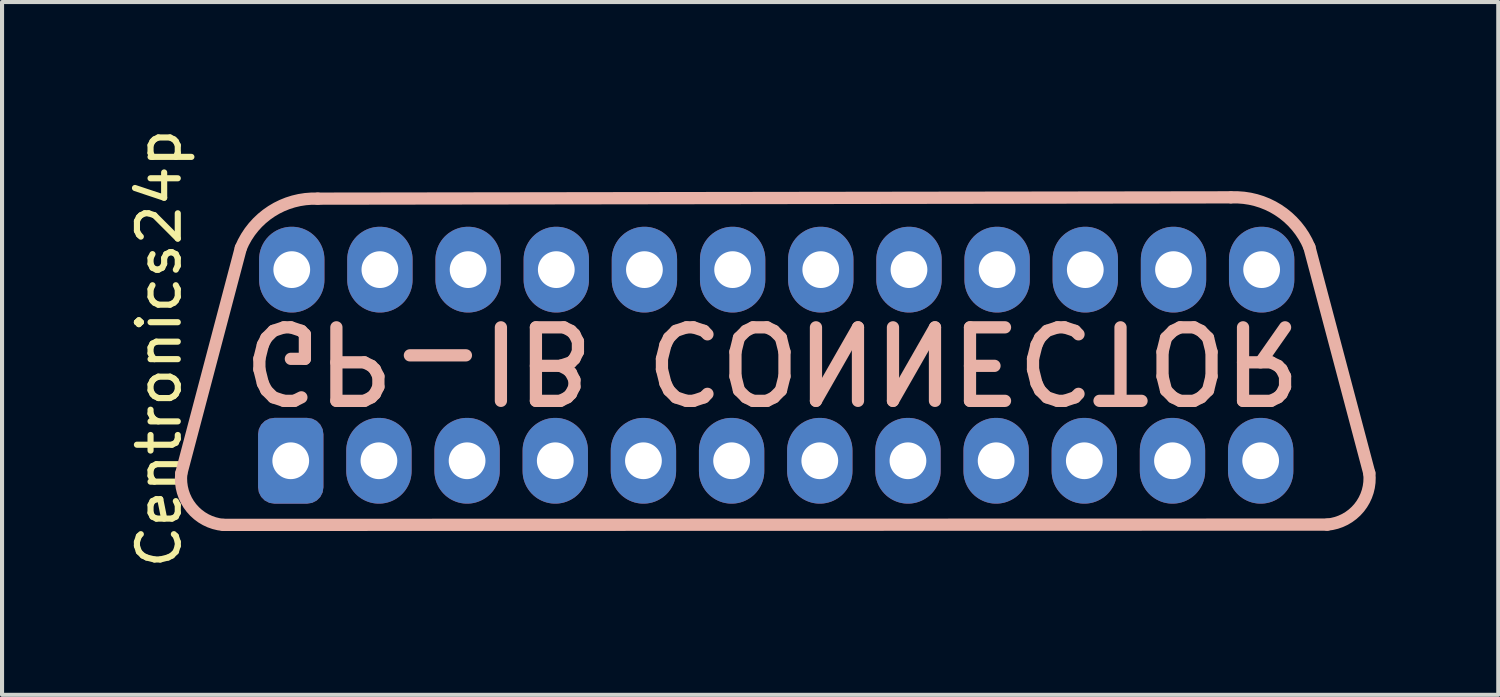
<source format=kicad_pcb>
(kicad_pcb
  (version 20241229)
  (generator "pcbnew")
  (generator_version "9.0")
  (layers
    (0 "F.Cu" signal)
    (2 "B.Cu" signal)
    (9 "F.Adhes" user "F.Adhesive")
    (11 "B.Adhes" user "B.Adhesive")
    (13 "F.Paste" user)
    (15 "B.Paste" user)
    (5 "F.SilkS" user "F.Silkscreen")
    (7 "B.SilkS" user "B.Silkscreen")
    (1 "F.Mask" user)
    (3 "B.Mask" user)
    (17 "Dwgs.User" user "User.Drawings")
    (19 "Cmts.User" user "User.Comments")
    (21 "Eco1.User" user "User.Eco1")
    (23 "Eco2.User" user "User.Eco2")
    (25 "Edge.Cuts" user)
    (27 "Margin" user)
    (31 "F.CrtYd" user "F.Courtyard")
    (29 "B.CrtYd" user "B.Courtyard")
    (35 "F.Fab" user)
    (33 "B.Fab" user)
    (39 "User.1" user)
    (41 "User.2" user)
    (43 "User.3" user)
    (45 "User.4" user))
  (footprint "Centronics24p"
    (layer "F.Cu")
    (at 15.968 5.502)
    (property "Reference" "Centronics24p" (at -15.12 -0.02 270) (layer "F.SilkS") (effects (font (size 1 1) (thickness 0.15))))
    (attr through_hole)
    (fp_line (start -13.549 4.3) (end 13.48 4.293) (stroke (width 0.3) (type solid)) (layer "B.SilkS"))
    (fp_line (start -13.121 -2.48) (end -14.579 3.04) (stroke (width 0.3) (type solid)) (layer "B.SilkS"))
    (fp_line (start 11.111 -3.72) (end -11.238 -3.688) (stroke (width 0.3) (type solid)) (layer "B.SilkS"))
    (fp_line (start 13.043 -2.5) (end 14.51 3.033) (stroke (width 0.3) (type solid)) (layer "B.SilkS"))
    (fp_arc (start -13.548933 4.300419) (mid -14.329731 3.887698) (end -14.578933 3.040419) (stroke (width 0.3) (type solid)) (layer "B.SilkS"))
    (fp_arc (start -13.121067 -2.480418) (mid -12.369021 -3.379601) (end -11.238034 -3.687775) (stroke (width 0.3) (type solid)) (layer "B.SilkS"))
    (fp_arc (start 11.131067 -3.719581) (mid 12.278889 -3.410789) (end 13.043113 -2.500398) (stroke (width 0.3) (type solid)) (layer "B.SilkS"))
    (fp_arc (start 14.510269 3.03314) (mid 14.261067 3.880419) (end 13.480269 4.29314) (stroke (width 0.3) (type solid)) (layer "B.SilkS"))
    (fp_text user "GP-IB CONNECTOR" (at -0.11 0.28 180) (unlocked yes) (layer "B.SilkS") (effects (font (size 1.8 1.8) (thickness 0.3)) (justify mirror)))
    (pad "1" thru_hole roundrect (at -11.899 2.73) (size 1.6 2.1) (drill 0.9) (layers "*.Cu" "F.Mask") (roundrect_rratio 0.25))
    (pad "2" thru_hole oval (at -9.74 2.73) (size 1.6 2.1) (drill 0.9) (layers "*.Cu" "F.Mask"))
    (pad "3" thru_hole oval (at -7.581 2.73) (size 1.6 2.1) (drill 0.9) (layers "*.Cu" "F.Mask"))
    (pad "4" thru_hole oval (at -5.422 2.73) (size 1.6 2.1) (drill 0.9) (layers "*.Cu" "F.Mask"))
    (pad "5" thru_hole oval (at -3.263 2.73) (size 1.6 2.1) (drill 0.9) (layers "*.Cu" "F.Mask"))
    (pad "6" thru_hole oval (at -1.104 2.73) (size 1.6 2.1) (drill 0.9) (layers "*.Cu" "F.Mask"))
    (pad "7" thru_hole oval (at 1.055 2.73) (size 1.6 2.1) (drill 0.9) (layers "*.Cu" "F.Mask"))
    (pad "8" thru_hole oval (at 3.214 2.73) (size 1.6 2.1) (drill 0.9) (layers "*.Cu" "F.Mask"))
    (pad "9" thru_hole oval (at 5.373 2.73) (size 1.6 2.1) (drill 0.9) (layers "*.Cu" "F.Mask"))
    (pad "10" thru_hole oval (at 7.532 2.73) (size 1.6 2.1) (drill 0.9) (layers "*.Cu" "F.Mask"))
    (pad "11" thru_hole oval (at 9.691 2.73) (size 1.6 2.1) (drill 0.9) (layers "*.Cu" "F.Mask"))
    (pad "12" thru_hole oval (at 11.85 2.73) (size 1.6 2.1) (drill 0.9) (layers "*.Cu" "F.Mask"))
    (pad "13" thru_hole oval (at -11.874 -1.95) (size 1.6 2.1) (drill 0.9) (layers "*.Cu" "F.Mask"))
    (pad "14" thru_hole oval (at -9.716 -1.95) (size 1.6 2.1) (drill 0.9) (layers "*.Cu" "F.Mask"))
    (pad "15" thru_hole oval (at -7.556 -1.95) (size 1.6 2.1) (drill 0.9) (layers "*.Cu" "F.Mask"))
    (pad "16" thru_hole oval (at -5.397 -1.95) (size 1.6 2.1) (drill 0.9) (layers "*.Cu" "F.Mask"))
    (pad "17" thru_hole oval (at -3.239 -1.95) (size 1.6 2.1) (drill 0.9) (layers "*.Cu" "F.Mask"))
    (pad "18" thru_hole oval (at -1.079 -1.95) (size 1.6 2.1) (drill 0.9) (layers "*.Cu" "F.Mask"))
    (pad "19" thru_hole oval (at 1.079 -1.95) (size 1.6 2.1) (drill 0.9) (layers "*.Cu" "F.Mask"))
    (pad "20" thru_hole oval (at 3.239 -1.95) (size 1.6 2.1) (drill 0.9) (layers "*.Cu" "F.Mask"))
    (pad "21" thru_hole oval (at 5.397 -1.95) (size 1.6 2.1) (drill 0.9) (layers "*.Cu" "F.Mask"))
    (pad "22" thru_hole oval (at 7.556 -1.95) (size 1.6 2.1) (drill 0.9) (layers "*.Cu" "F.Mask"))
    (pad "23" thru_hole oval (at 9.716 -1.95) (size 1.6 2.1) (drill 0.9) (layers "*.Cu" "F.Mask"))
    (pad "24" thru_hole oval (at 11.874 -1.95) (size 1.6 2.1) (drill 0.9) (layers "*.Cu" "F.Mask")))
  (gr_rect
    (start -3 -3)
    (end 33.636 13.964)
    (stroke (width 0.1) (type default))
    (fill no)
    (layer "Edge.Cuts")))
</source>
